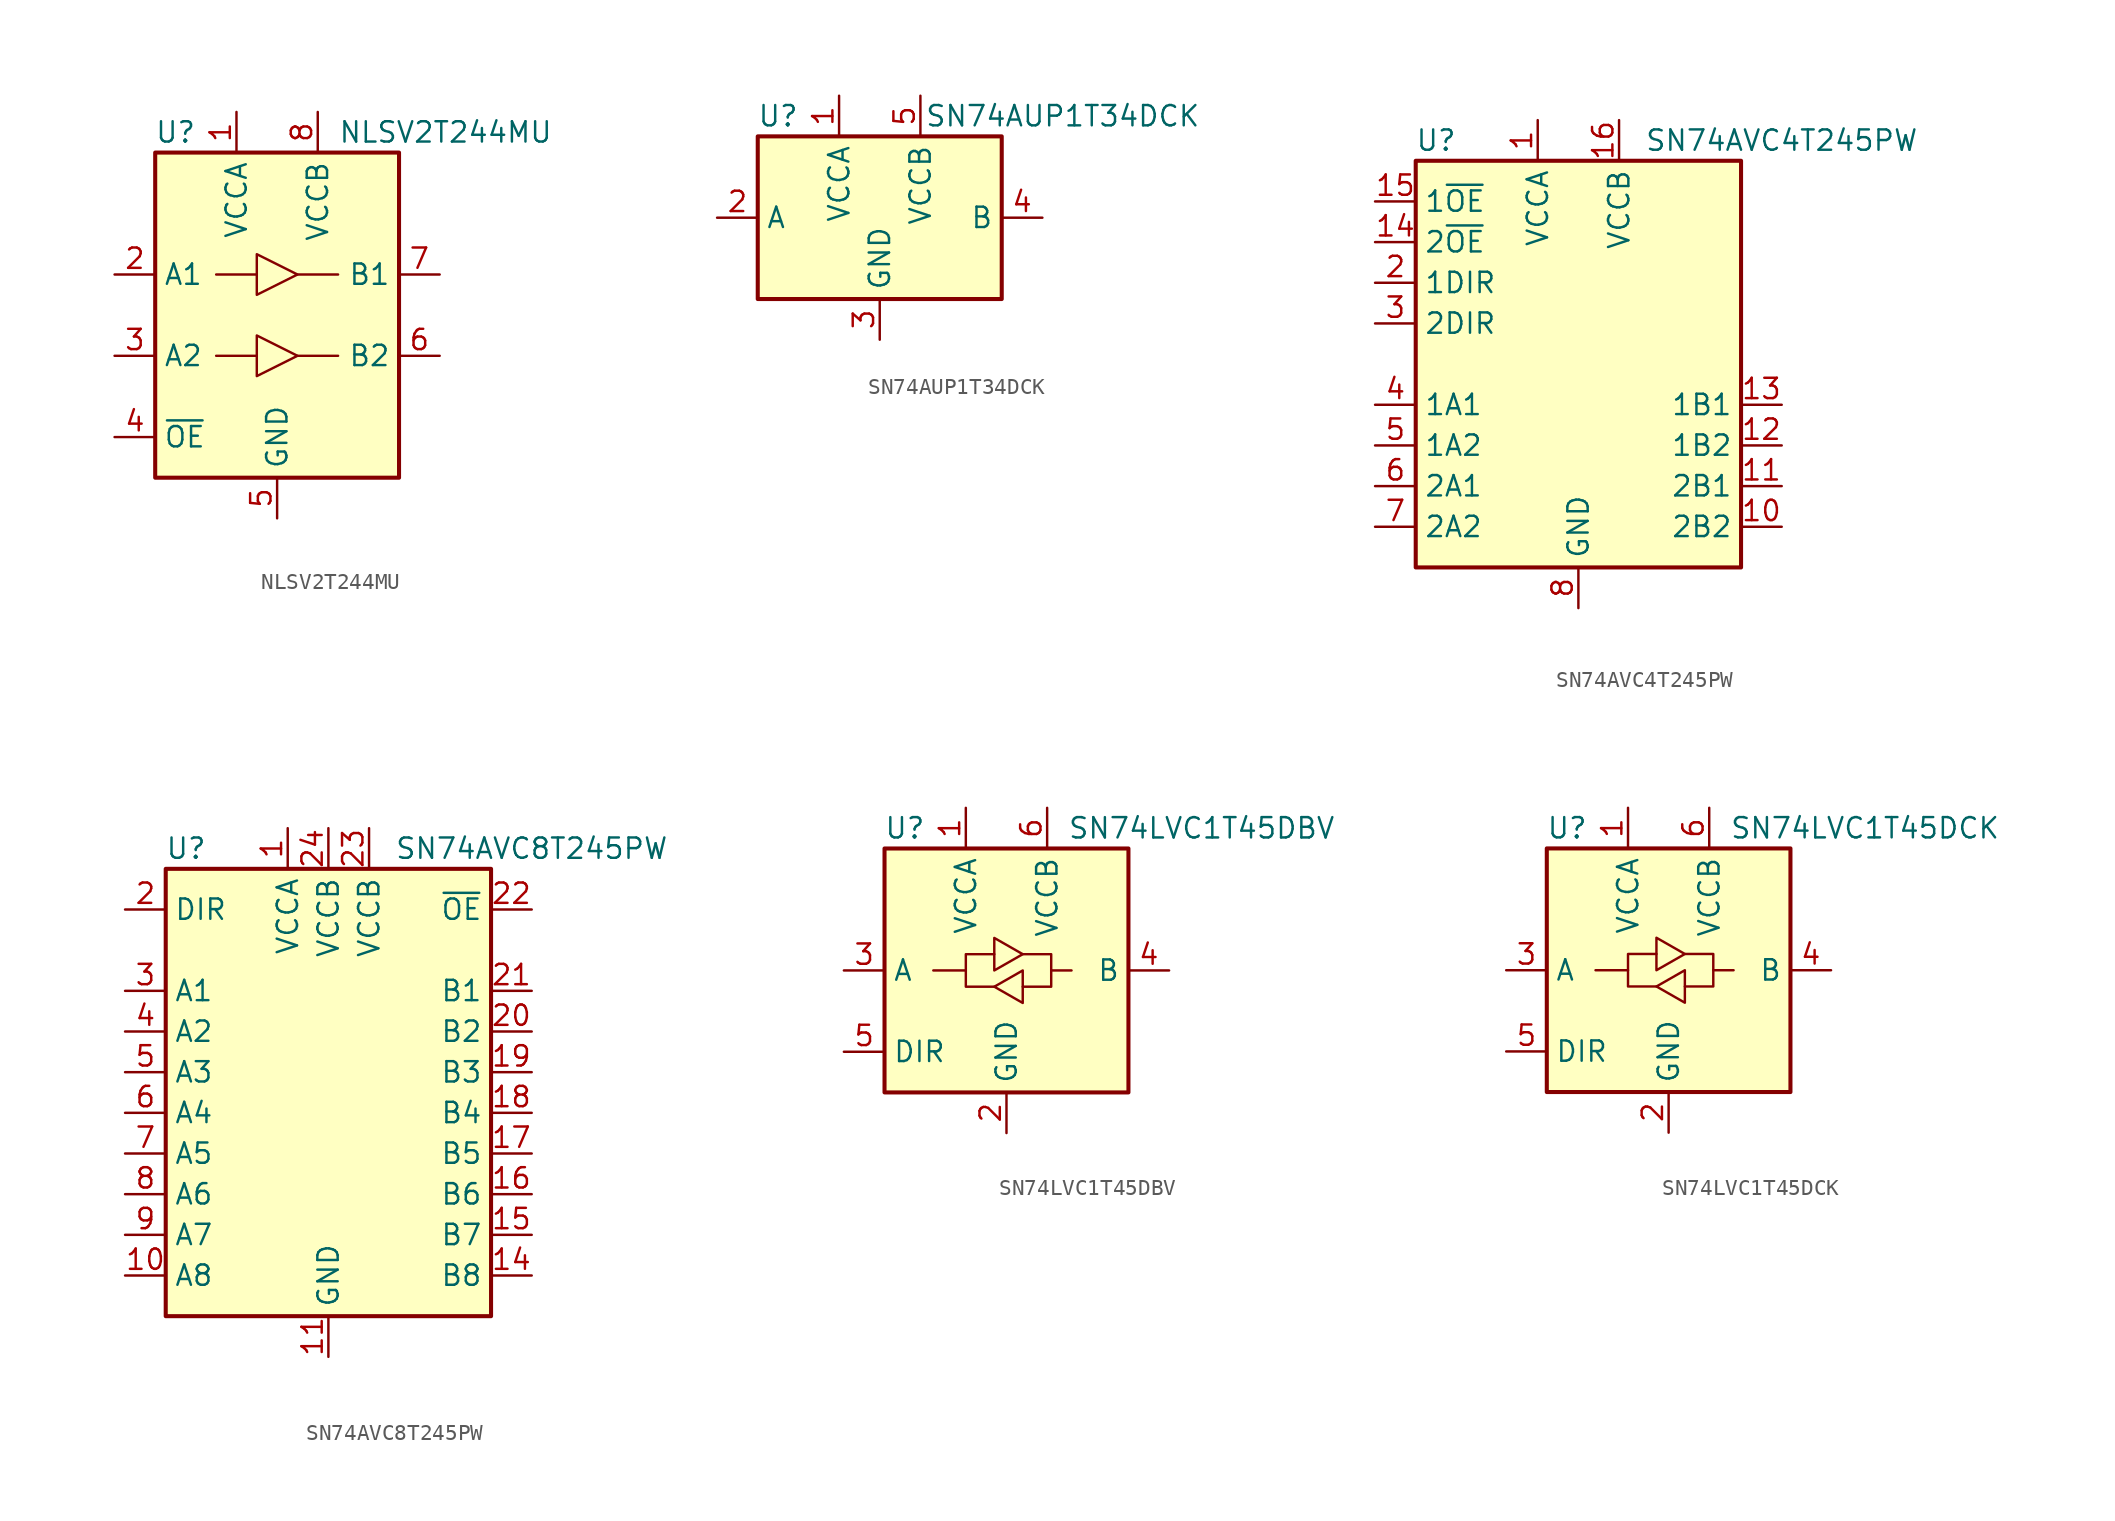
<source format=kicad_sym>
(kicad_symbol_lib
  (version 20200126)
  (host kicad_symbol_editor "(5.99.0-2044-gda2b7071b)")
  (symbol "Logic_LevelTranslator:NLSV2T244MU"
    (pin_names
      (offset 0.508))
    (property "Reference" "U"
      (at -6.35 11.43 0)
      (effects (font (size 1.27 1.27))))
    (property "Value" "NLSV2T244MU"
      (at 3.81 11.43 0)
      (effects (font (size 1.27 1.27)) (justify left)))
    (symbol "NLSV2T244MU_0_1"
      (rectangle (start -7.62 10.16) (end 7.62 -10.16) (stroke (width 0.254)) (fill (type background)))
      (polyline (pts (xy -3.81 -2.54) (xy -1.27 -2.54)) (stroke (width 0)) (fill (type none)))
      (polyline (pts (xy -3.81 2.54) (xy -1.27 2.54)) (stroke (width 0)) (fill (type none)))
      (polyline (pts (xy 3.81 -2.54) (xy 1.27 -2.54)) (stroke (width 0)) (fill (type none)))
      (polyline (pts (xy 3.81 2.54) (xy 1.27 2.54)) (stroke (width 0)) (fill (type none)))
      (polyline (pts (xy -1.27 -3.81) (xy -1.27 -1.27) (xy 1.27 -2.54) (xy -1.27 -3.81)) (stroke (width 0)) (fill (type none)))
      (polyline (pts (xy -1.27 1.27) (xy -1.27 3.81) (xy 1.27 2.54) (xy -1.27 1.27)) (stroke (width 0)) (fill (type none))))
    (symbol "NLSV2T244MU_1_1"
      (pin power_in line (at -2.54 12.7 270) (length 2.54) (name "VCCA" (effects (font (size 1.27 1.27)))) (number "1" (effects (font (size 1.27 1.27)))))
      (pin input line (at -10.16 2.54 0) (length 2.54) (name "A1" (effects (font (size 1.27 1.27)))) (number "2" (effects (font (size 1.27 1.27)))))
      (pin input line (at -10.16 -2.54 0) (length 2.54) (name "A2" (effects (font (size 1.27 1.27)))) (number "3" (effects (font (size 1.27 1.27)))))
      (pin input line (at -10.16 -7.62 0) (length 2.54) (name "~OE" (effects (font (size 1.27 1.27)))) (number "4" (effects (font (size 1.27 1.27)))))
      (pin power_in line (at 0 -12.7 90) (length 2.54) (name "GND" (effects (font (size 1.27 1.27)))) (number "5" (effects (font (size 1.27 1.27)))))
      (pin output line (at 10.16 -2.54 180) (length 2.54) (name "B2" (effects (font (size 1.27 1.27)))) (number "6" (effects (font (size 1.27 1.27)))))
      (pin output line (at 10.16 2.54 180) (length 2.54) (name "B1" (effects (font (size 1.27 1.27)))) (number "7" (effects (font (size 1.27 1.27)))))
      (pin power_in line (at 2.54 12.7 270) (length 2.54) (name "VCCB" (effects (font (size 1.27 1.27)))) (number "8" (effects (font (size 1.27 1.27)))))))
  (symbol "Logic_LevelTranslator:SN74AUP1T34DCK"
    (pin_names
      (offset 0.508))
    (property "Reference" "U"
      (at -6.35 6.35 0)
      (effects (font (size 1.27 1.27))))
    (property "Value" "SN74AUP1T34DCK"
      (at 11.43 6.35 0)
      (effects (font (size 1.27 1.27))))
    (symbol "SN74AUP1T34DCK_0_1"
      (rectangle (start -7.62 -5.08) (end 7.62 5.08) (stroke (width 0.254)) (fill (type background)))
      (pin power_in line (at -2.54 7.62 270) (length 2.54) (name "VCCA" (effects (font (size 1.27 1.27)))) (number "1" (effects (font (size 1.27 1.27)))))
      (pin input line (at -10.16 0 0) (length 2.54) (name "A" (effects (font (size 1.27 1.27)))) (number "2" (effects (font (size 1.27 1.27)))))
      (pin power_in line (at 0 -7.62 90) (length 2.54) (name "GND" (effects (font (size 1.27 1.27)))) (number "3" (effects (font (size 1.27 1.27)))))
      (pin output line (at 10.16 0 180) (length 2.54) (name "B" (effects (font (size 1.27 1.27)))) (number "4" (effects (font (size 1.27 1.27)))))
      (pin power_in line (at 2.54 7.62 270) (length 2.54) (name "VCCB" (effects (font (size 1.27 1.27)))) (number "5" (effects (font (size 1.27 1.27)))))))
  (symbol "Logic_LevelTranslator:SN74AVC4T245PW"
    (pin_names
      (offset 0.508))
    (property "Reference" "U"
      (at -8.89 13.97 0)
      (effects (font (size 1.27 1.27))))
    (property "Value" "SN74AVC4T245PW"
      (at 12.7 13.97 0)
      (effects (font (size 1.27 1.27))))
    (symbol "SN74AVC4T245PW_0_1"
      (rectangle (start -10.16 12.7) (end 10.16 -12.7) (stroke (width 0.254)) (fill (type background))))
    (symbol "SN74AVC4T245PW_1_1"
      (pin power_in line (at -2.54 15.24 270) (length 2.54) (name "VCCA" (effects (font (size 1.27 1.27)))) (number "1" (effects (font (size 1.27 1.27)))))
      (pin bidirectional line (at 12.7 -10.16 180) (length 2.54) (name "2B2" (effects (font (size 1.27 1.27)))) (number "10" (effects (font (size 1.27 1.27)))))
      (pin bidirectional line (at 12.7 -7.62 180) (length 2.54) (name "2B1" (effects (font (size 1.27 1.27)))) (number "11" (effects (font (size 1.27 1.27)))))
      (pin bidirectional line (at 12.7 -5.08 180) (length 2.54) (name "1B2" (effects (font (size 1.27 1.27)))) (number "12" (effects (font (size 1.27 1.27)))))
      (pin bidirectional line (at 12.7 -2.54 180) (length 2.54) (name "1B1" (effects (font (size 1.27 1.27)))) (number "13" (effects (font (size 1.27 1.27)))))
      (pin input line (at -12.7 7.62 0) (length 2.54) (name "2~OE" (effects (font (size 1.27 1.27)))) (number "14" (effects (font (size 1.27 1.27)))))
      (pin input line (at -12.7 10.16 0) (length 2.54) (name "1~OE" (effects (font (size 1.27 1.27)))) (number "15" (effects (font (size 1.27 1.27)))))
      (pin power_in line (at 2.54 15.24 270) (length 2.54) (name "VCCB" (effects (font (size 1.27 1.27)))) (number "16" (effects (font (size 1.27 1.27)))))
      (pin input line (at -12.7 5.08 0) (length 2.54) (name "1DIR" (effects (font (size 1.27 1.27)))) (number "2" (effects (font (size 1.27 1.27)))))
      (pin input line (at -12.7 2.54 0) (length 2.54) (name "2DIR" (effects (font (size 1.27 1.27)))) (number "3" (effects (font (size 1.27 1.27)))))
      (pin bidirectional line (at -12.7 -2.54 0) (length 2.54) (name "1A1" (effects (font (size 1.27 1.27)))) (number "4" (effects (font (size 1.27 1.27)))))
      (pin bidirectional line (at -12.7 -5.08 0) (length 2.54) (name "1A2" (effects (font (size 1.27 1.27)))) (number "5" (effects (font (size 1.27 1.27)))))
      (pin bidirectional line (at -12.7 -7.62 0) (length 2.54) (name "2A1" (effects (font (size 1.27 1.27)))) (number "6" (effects (font (size 1.27 1.27)))))
      (pin bidirectional line (at -12.7 -10.16 0) (length 2.54) (name "2A2" (effects (font (size 1.27 1.27)))) (number "7" (effects (font (size 1.27 1.27)))))
      (pin power_in line (at 0 -15.24 90) (length 2.54) (name "GND" (effects (font (size 1.27 1.27)))) (number "8" (effects (font (size 1.27 1.27)))))
      (pin passive line (at 0 -15.24 90) (length 2.54) hide (name "GND" (effects (font (size 1.27 1.27)))) (number "9" (effects (font (size 1.27 1.27)))))))
  (symbol "Logic_LevelTranslator:SN74AVC8T245PW"
    (pin_names
      (offset 0.508))
    (property "Reference" "U"
      (at -8.89 13.97 0)
      (effects (font (size 1.27 1.27))))
    (property "Value" "SN74AVC8T245PW"
      (at 12.7 13.97 0)
      (effects (font (size 1.27 1.27))))
    (symbol "SN74AVC8T245PW_0_1"
      (rectangle (start -10.16 12.7) (end 10.16 -15.24) (stroke (width 0.254)) (fill (type background))))
    (symbol "SN74AVC8T245PW_1_1"
      (pin power_in line (at -2.54 15.24 270) (length 2.54) (name "VCCA" (effects (font (size 1.27 1.27)))) (number "1" (effects (font (size 1.27 1.27)))))
      (pin bidirectional line (at -12.7 -12.7 0) (length 2.54) (name "A8" (effects (font (size 1.27 1.27)))) (number "10" (effects (font (size 1.27 1.27)))))
      (pin power_in line (at 0 -17.78 90) (length 2.54) (name "GND" (effects (font (size 1.27 1.27)))) (number "11" (effects (font (size 1.27 1.27)))))
      (pin passive line (at 0 -17.78 90) (length 2.54) hide (name "GND" (effects (font (size 1.27 1.27)))) (number "12" (effects (font (size 1.27 1.27)))))
      (pin passive line (at 0 -17.78 90) (length 2.54) hide (name "GND" (effects (font (size 1.27 1.27)))) (number "13" (effects (font (size 1.27 1.27)))))
      (pin bidirectional line (at 12.7 -12.7 180) (length 2.54) (name "B8" (effects (font (size 1.27 1.27)))) (number "14" (effects (font (size 1.27 1.27)))))
      (pin bidirectional line (at 12.7 -10.16 180) (length 2.54) (name "B7" (effects (font (size 1.27 1.27)))) (number "15" (effects (font (size 1.27 1.27)))))
      (pin bidirectional line (at 12.7 -7.62 180) (length 2.54) (name "B6" (effects (font (size 1.27 1.27)))) (number "16" (effects (font (size 1.27 1.27)))))
      (pin bidirectional line (at 12.7 -5.08 180) (length 2.54) (name "B5" (effects (font (size 1.27 1.27)))) (number "17" (effects (font (size 1.27 1.27)))))
      (pin bidirectional line (at 12.7 -2.54 180) (length 2.54) (name "B4" (effects (font (size 1.27 1.27)))) (number "18" (effects (font (size 1.27 1.27)))))
      (pin bidirectional line (at 12.7 0 180) (length 2.54) (name "B3" (effects (font (size 1.27 1.27)))) (number "19" (effects (font (size 1.27 1.27)))))
      (pin input line (at -12.7 10.16 0) (length 2.54) (name "DIR" (effects (font (size 1.27 1.27)))) (number "2" (effects (font (size 1.27 1.27)))))
      (pin bidirectional line (at 12.7 2.54 180) (length 2.54) (name "B2" (effects (font (size 1.27 1.27)))) (number "20" (effects (font (size 1.27 1.27)))))
      (pin bidirectional line (at 12.7 5.08 180) (length 2.54) (name "B1" (effects (font (size 1.27 1.27)))) (number "21" (effects (font (size 1.27 1.27)))))
      (pin input line (at 12.7 10.16 180) (length 2.54) (name "~OE" (effects (font (size 1.27 1.27)))) (number "22" (effects (font (size 1.27 1.27)))))
      (pin power_in line (at 2.54 15.24 270) (length 2.54) (name "VCCB" (effects (font (size 1.27 1.27)))) (number "23" (effects (font (size 1.27 1.27)))))
      (pin power_in line (at 0 15.24 270) (length 2.54) (name "VCCB" (effects (font (size 1.27 1.27)))) (number "24" (effects (font (size 1.27 1.27)))))
      (pin bidirectional line (at -12.7 5.08 0) (length 2.54) (name "A1" (effects (font (size 1.27 1.27)))) (number "3" (effects (font (size 1.27 1.27)))))
      (pin bidirectional line (at -12.7 2.54 0) (length 2.54) (name "A2" (effects (font (size 1.27 1.27)))) (number "4" (effects (font (size 1.27 1.27)))))
      (pin bidirectional line (at -12.7 0 0) (length 2.54) (name "A3" (effects (font (size 1.27 1.27)))) (number "5" (effects (font (size 1.27 1.27)))))
      (pin bidirectional line (at -12.7 -2.54 0) (length 2.54) (name "A4" (effects (font (size 1.27 1.27)))) (number "6" (effects (font (size 1.27 1.27)))))
      (pin bidirectional line (at -12.7 -5.08 0) (length 2.54) (name "A5" (effects (font (size 1.27 1.27)))) (number "7" (effects (font (size 1.27 1.27)))))
      (pin bidirectional line (at -12.7 -7.62 0) (length 2.54) (name "A6" (effects (font (size 1.27 1.27)))) (number "8" (effects (font (size 1.27 1.27)))))
      (pin bidirectional line (at -12.7 -10.16 0) (length 2.54) (name "A7" (effects (font (size 1.27 1.27)))) (number "9" (effects (font (size 1.27 1.27)))))))
  (symbol "Logic_LevelTranslator:SN74LVC1T45DBV"
    (pin_names
      (offset 0.508))
    (property "Reference" "U"
      (at -6.35 8.89 0)
      (effects (font (size 1.27 1.27))))
    (property "Value" "SN74LVC1T45DBV"
      (at 3.81 8.89 0)
      (effects (font (size 1.27 1.27)) (justify left)))
    (symbol "SN74LVC1T45DBV_0_1"
      (rectangle (start -7.62 7.62) (end 7.62 -7.62) (stroke (width 0.254)) (fill (type background)))
      (polyline (pts (xy -2.54 0) (xy -2.54 1.016) (xy -0.762 1.016)) (stroke (width 0)) (fill (type none)))
      (polyline (pts (xy 2.794 0) (xy 2.794 -1.016) (xy 1.016 -1.016)) (stroke (width 0)) (fill (type none)))
      (polyline (pts (xy -0.762 -1.016) (xy -2.54 -1.016) (xy -2.54 0) (xy -4.572 0)) (stroke (width 0)) (fill (type none)))
      (polyline (pts (xy -0.762 0) (xy -0.762 2.032) (xy 1.016 1.016) (xy -0.762 0)) (stroke (width 0)) (fill (type none)))
      (polyline (pts (xy 1.016 1.016) (xy 2.794 1.016) (xy 2.794 0) (xy 4.064 0)) (stroke (width 0)) (fill (type none)))
      (polyline (pts (xy 1.016 0) (xy 1.016 -1.778) (xy 1.016 -2.032) (xy -0.762 -1.016) (xy 1.016 0)) (stroke (width 0)) (fill (type none))))
    (symbol "SN74LVC1T45DBV_1_1"
      (pin power_in line (at -2.54 10.16 270) (length 2.54) (name "VCCA" (effects (font (size 1.27 1.27)))) (number "1" (effects (font (size 1.27 1.27)))))
      (pin power_in line (at 0 -10.16 90) (length 2.54) (name "GND" (effects (font (size 1.27 1.27)))) (number "2" (effects (font (size 1.27 1.27)))))
      (pin bidirectional line (at -10.16 0 0) (length 2.54) (name "A" (effects (font (size 1.27 1.27)))) (number "3" (effects (font (size 1.27 1.27)))))
      (pin bidirectional line (at 10.16 0 180) (length 2.54) (name "B" (effects (font (size 1.27 1.27)))) (number "4" (effects (font (size 1.27 1.27)))))
      (pin input line (at -10.16 -5.08 0) (length 2.54) (name "DIR" (effects (font (size 1.27 1.27)))) (number "5" (effects (font (size 1.27 1.27)))))
      (pin power_in line (at 2.54 10.16 270) (length 2.54) (name "VCCB" (effects (font (size 1.27 1.27)))) (number "6" (effects (font (size 1.27 1.27)))))))
  (symbol "Logic_LevelTranslator:SN74LVC1T45DCK"
    (pin_names
      (offset 0.508))
    (property "Reference" "U"
      (at -6.35 8.89 0)
      (effects (font (size 1.27 1.27))))
    (property "Value" "SN74LVC1T45DCK"
      (at 3.81 8.89 0)
      (effects (font (size 1.27 1.27)) (justify left)))
    (symbol "SN74LVC1T45DCK_0_1"
      (rectangle (start -7.62 7.62) (end 7.62 -7.62) (stroke (width 0.254)) (fill (type background)))
      (polyline (pts (xy -2.54 0) (xy -2.54 1.016) (xy -0.762 1.016)) (stroke (width 0)) (fill (type none)))
      (polyline (pts (xy 2.794 0) (xy 2.794 -1.016) (xy 1.016 -1.016)) (stroke (width 0)) (fill (type none)))
      (polyline (pts (xy -0.762 -1.016) (xy -2.54 -1.016) (xy -2.54 0) (xy -4.572 0)) (stroke (width 0)) (fill (type none)))
      (polyline (pts (xy -0.762 0) (xy -0.762 2.032) (xy 1.016 1.016) (xy -0.762 0)) (stroke (width 0)) (fill (type none)))
      (polyline (pts (xy 1.016 1.016) (xy 2.794 1.016) (xy 2.794 0) (xy 4.064 0)) (stroke (width 0)) (fill (type none)))
      (polyline (pts (xy 1.016 0) (xy 1.016 -1.778) (xy 1.016 -2.032) (xy -0.762 -1.016) (xy 1.016 0)) (stroke (width 0)) (fill (type none))))
    (symbol "SN74LVC1T45DCK_1_1"
      (pin power_in line (at -2.54 10.16 270) (length 2.54) (name "VCCA" (effects (font (size 1.27 1.27)))) (number "1" (effects (font (size 1.27 1.27)))))
      (pin power_in line (at 0 -10.16 90) (length 2.54) (name "GND" (effects (font (size 1.27 1.27)))) (number "2" (effects (font (size 1.27 1.27)))))
      (pin bidirectional line (at -10.16 0 0) (length 2.54) (name "A" (effects (font (size 1.27 1.27)))) (number "3" (effects (font (size 1.27 1.27)))))
      (pin bidirectional line (at 10.16 0 180) (length 2.54) (name "B" (effects (font (size 1.27 1.27)))) (number "4" (effects (font (size 1.27 1.27)))))
      (pin input line (at -10.16 -5.08 0) (length 2.54) (name "DIR" (effects (font (size 1.27 1.27)))) (number "5" (effects (font (size 1.27 1.27)))))
      (pin power_in line (at 2.54 10.16 270) (length 2.54) (name "VCCB" (effects (font (size 1.27 1.27)))) (number "6" (effects (font (size 1.27 1.27))))))))
</source>
